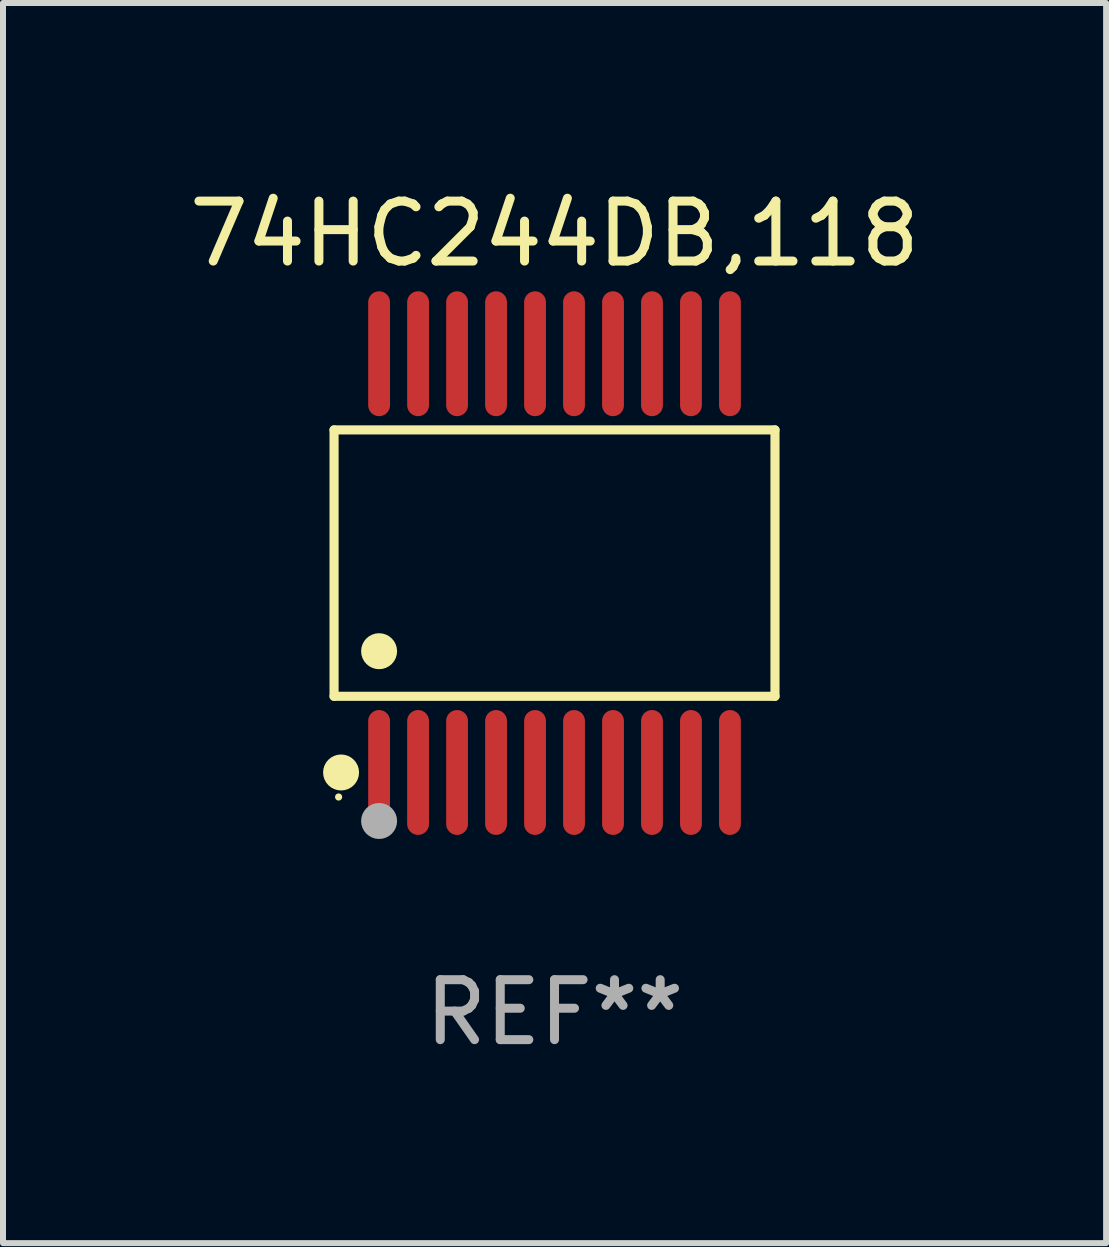
<source format=kicad_pcb>
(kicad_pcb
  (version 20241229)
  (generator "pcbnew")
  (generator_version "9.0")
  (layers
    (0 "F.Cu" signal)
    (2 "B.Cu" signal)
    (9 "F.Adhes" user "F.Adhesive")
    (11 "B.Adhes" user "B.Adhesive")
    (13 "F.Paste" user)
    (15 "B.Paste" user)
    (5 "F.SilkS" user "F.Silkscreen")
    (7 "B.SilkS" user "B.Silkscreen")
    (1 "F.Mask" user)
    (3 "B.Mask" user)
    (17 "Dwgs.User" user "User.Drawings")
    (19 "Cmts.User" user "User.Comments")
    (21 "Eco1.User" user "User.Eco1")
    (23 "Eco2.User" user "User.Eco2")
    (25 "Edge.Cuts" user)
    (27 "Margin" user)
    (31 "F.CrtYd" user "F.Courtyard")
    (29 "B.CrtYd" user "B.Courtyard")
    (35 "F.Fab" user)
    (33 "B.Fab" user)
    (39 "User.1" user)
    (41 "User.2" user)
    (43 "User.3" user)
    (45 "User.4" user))
  (footprint "74HC244DB,118"
    (layer "F.Cu")
    (at 6.196 6.339)
    (property "Reference" "74HC244DB,118" (at 0 -5.491 0) (layer "F.SilkS") (effects (font (size 1 1) (thickness 0.15))))
    (attr through_hole)
    (fp_line (start -3.676 -2.221) (end 3.676 -2.221) (stroke (width 0.152) (type solid)) (layer "F.SilkS"))
    (fp_line (start -3.676 2.221) (end -3.676 -2.221) (stroke (width 0.152) (type solid)) (layer "F.SilkS"))
    (fp_line (start 3.676 -2.221) (end 3.676 2.221) (stroke (width 0.152) (type solid)) (layer "F.SilkS"))
    (fp_line (start 3.676 2.221) (end -3.676 2.221) (stroke (width 0.152) (type solid)) (layer "F.SilkS"))
    (fp_circle (center -3.6 3.9) (end -3.57 3.9) (stroke (width 0.06) (type solid)) (fill no) (layer "F.SilkS"))
    (fp_circle (center -3.559 3.491) (end -3.409 3.491) (stroke (width 0.3) (type solid)) (fill no) (layer "F.SilkS"))
    (fp_circle (center -2.925 1.469) (end -2.775 1.469) (stroke (width 0.3) (type solid)) (fill no) (layer "F.SilkS"))
    (fp_circle (center -2.925 4.3) (end -2.775 4.3) (stroke (width 0.3) (type solid)) (fill no) (layer "F.Fab"))
    (fp_text user "REF**" (at 0 7.491 0) (layer "F.Fab") (effects (font (size 1 1) (thickness 0.15))))
    (pad "1" smd oval (at -2.925 3.491) (size 0.364 2.082) (layers "F.Cu" "F.Mask" "F.Paste"))
    (pad "2" smd oval (at -2.275 3.491) (size 0.364 2.082) (layers "F.Cu" "F.Mask" "F.Paste"))
    (pad "3" smd oval (at -1.625 3.491) (size 0.364 2.082) (layers "F.Cu" "F.Mask" "F.Paste"))
    (pad "4" smd oval (at -0.975 3.491) (size 0.364 2.082) (layers "F.Cu" "F.Mask" "F.Paste"))
    (pad "5" smd oval (at -0.325 3.491) (size 0.364 2.082) (layers "F.Cu" "F.Mask" "F.Paste"))
    (pad "6" smd oval (at 0.325 3.491) (size 0.364 2.082) (layers "F.Cu" "F.Mask" "F.Paste"))
    (pad "7" smd oval (at 0.975 3.491) (size 0.364 2.082) (layers "F.Cu" "F.Mask" "F.Paste"))
    (pad "8" smd oval (at 1.625 3.491) (size 0.364 2.082) (layers "F.Cu" "F.Mask" "F.Paste"))
    (pad "9" smd oval (at 2.275 3.491) (size 0.364 2.082) (layers "F.Cu" "F.Mask" "F.Paste"))
    (pad "10" smd oval (at 2.925 3.491) (size 0.364 2.082) (layers "F.Cu" "F.Mask" "F.Paste"))
    (pad "11" smd oval (at 2.925 -3.491) (size 0.364 2.082) (layers "F.Cu" "F.Mask" "F.Paste"))
    (pad "12" smd oval (at 2.275 -3.491) (size 0.364 2.082) (layers "F.Cu" "F.Mask" "F.Paste"))
    (pad "13" smd oval (at 1.625 -3.491) (size 0.364 2.082) (layers "F.Cu" "F.Mask" "F.Paste"))
    (pad "14" smd oval (at 0.975 -3.491) (size 0.364 2.082) (layers "F.Cu" "F.Mask" "F.Paste"))
    (pad "15" smd oval (at 0.325 -3.491) (size 0.364 2.082) (layers "F.Cu" "F.Mask" "F.Paste"))
    (pad "16" smd oval (at -0.325 -3.491) (size 0.364 2.082) (layers "F.Cu" "F.Mask" "F.Paste"))
    (pad "17" smd oval (at -0.975 -3.491) (size 0.364 2.082) (layers "F.Cu" "F.Mask" "F.Paste"))
    (pad "18" smd oval (at -1.625 -3.491) (size 0.364 2.082) (layers "F.Cu" "F.Mask" "F.Paste"))
    (pad "19" smd oval (at -2.275 -3.491) (size 0.364 2.082) (layers "F.Cu" "F.Mask" "F.Paste"))
    (pad "20" smd oval (at -2.925 -3.491) (size 0.364 2.082) (layers "F.Cu" "F.Mask" "F.Paste")))
  (gr_rect
    (start -3 -3)
    (end 15.393 17.678)
    (stroke (width 0.1) (type default))
    (fill no)
    (layer "Edge.Cuts")))
</source>
